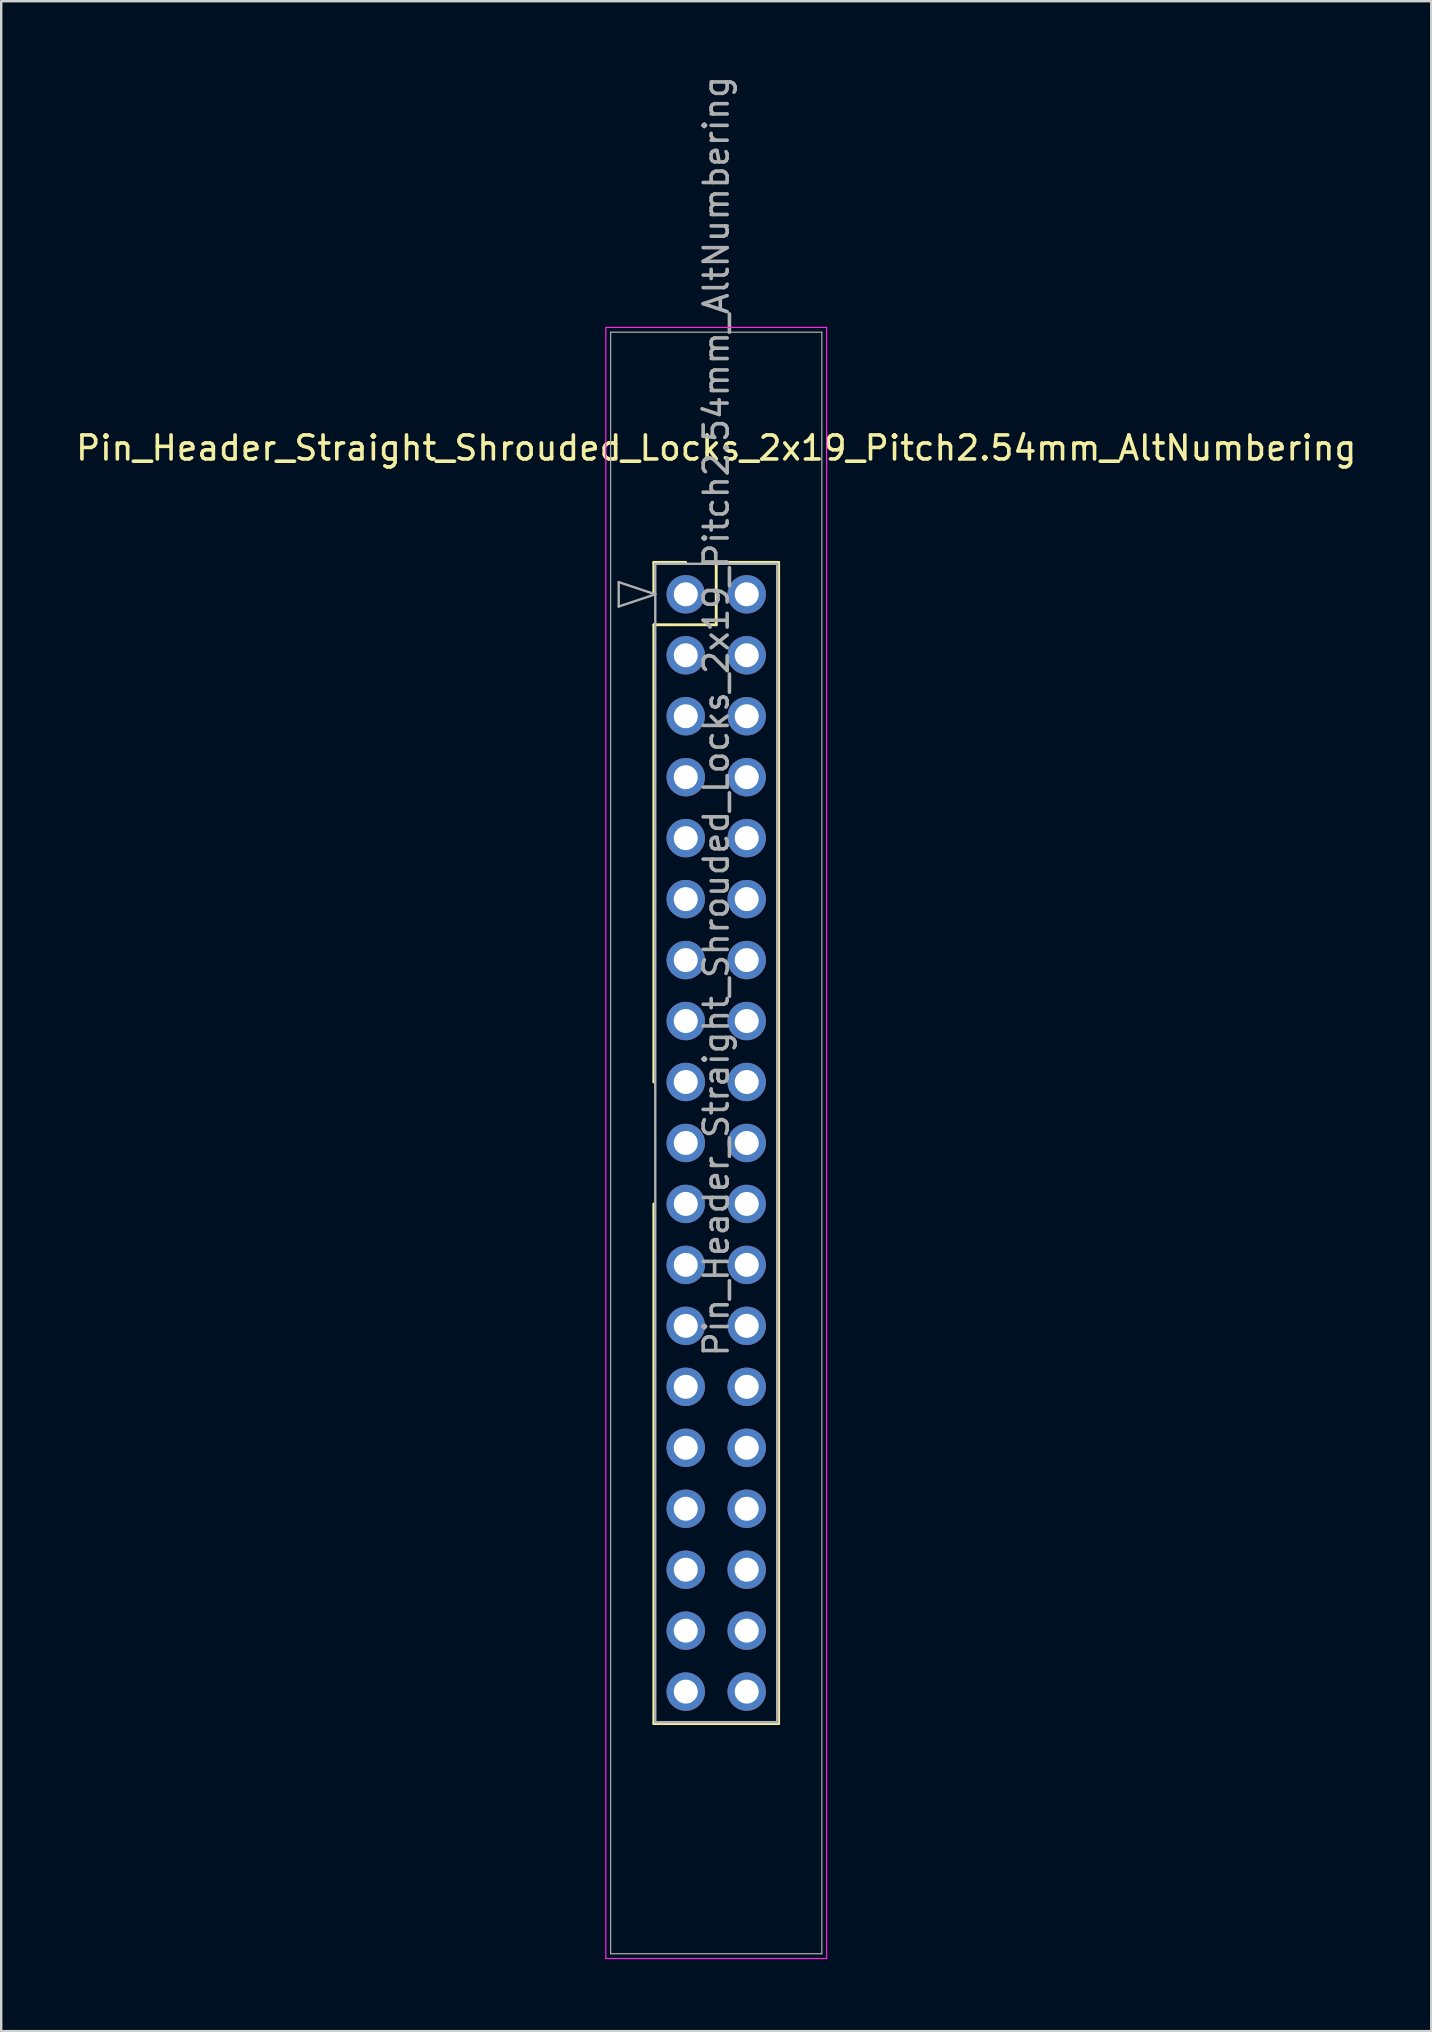
<source format=kicad_pcb>
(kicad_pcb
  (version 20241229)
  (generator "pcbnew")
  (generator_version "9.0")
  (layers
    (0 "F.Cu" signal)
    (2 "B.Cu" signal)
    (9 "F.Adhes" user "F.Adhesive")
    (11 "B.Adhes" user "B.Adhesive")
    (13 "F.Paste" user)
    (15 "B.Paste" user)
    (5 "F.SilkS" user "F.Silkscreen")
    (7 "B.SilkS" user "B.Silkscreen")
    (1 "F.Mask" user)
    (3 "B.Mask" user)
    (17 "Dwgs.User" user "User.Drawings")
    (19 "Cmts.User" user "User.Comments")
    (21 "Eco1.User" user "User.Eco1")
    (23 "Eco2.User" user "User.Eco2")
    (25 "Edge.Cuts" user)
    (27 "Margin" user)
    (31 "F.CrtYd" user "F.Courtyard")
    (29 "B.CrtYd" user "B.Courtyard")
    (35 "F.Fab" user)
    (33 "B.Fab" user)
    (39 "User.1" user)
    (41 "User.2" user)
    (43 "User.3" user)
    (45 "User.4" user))
  (footprint "Pin_Header_Straight_Shrouded_Locks_2x19_Pitch2.54mm_AltNumbering"
    (layer "F.Cu")
    (at 25.522 21.712)
    (property "Reference" "Pin_Header_Straight_Shrouded_Locks_2x19_Pitch2.54mm_AltNumbering" (at 1.27 -6.096 0) (layer "F.SilkS") (effects (font (size 1 1) (thickness 0.15))))
    (attr through_hole)
    (fp_line (start -1.33 -1.33) (end 0 -1.33) (stroke (width 0.12) (type solid)) (layer "F.SilkS"))
    (fp_line (start -1.33 0) (end -1.33 -1.33) (stroke (width 0.12) (type solid)) (layer "F.SilkS"))
    (fp_line (start -1.33 1.27) (end -1.33 20.32) (stroke (width 0.12) (type solid)) (layer "F.SilkS"))
    (fp_line (start -1.33 1.27) (end 1.27 1.27) (stroke (width 0.12) (type solid)) (layer "F.SilkS"))
    (fp_line (start -1.33 25.4) (end -1.33 47.05) (stroke (width 0.12) (type solid)) (layer "F.SilkS"))
    (fp_line (start -1.33 47.05) (end 3.87 47.05) (stroke (width 0.12) (type solid)) (layer "F.SilkS"))
    (fp_line (start 1.27 -1.33) (end 3.87 -1.33) (stroke (width 0.12) (type solid)) (layer "F.SilkS"))
    (fp_line (start 1.27 1.27) (end 1.27 -1.33) (stroke (width 0.12) (type solid)) (layer "F.SilkS"))
    (fp_line (start 3.87 -1.33) (end 3.87 47.05) (stroke (width 0.12) (type solid)) (layer "F.SilkS"))
    (fp_line (start -3.33 -11.12) (end -3.33 56.84) (stroke (width 0.05) (type solid)) (layer "F.CrtYd"))
    (fp_line (start -3.33 56.84) (end 5.87 56.84) (stroke (width 0.05) (type solid)) (layer "F.CrtYd"))
    (fp_line (start 5.87 -11.12) (end -3.33 -11.12) (stroke (width 0.05) (type solid)) (layer "F.CrtYd"))
    (fp_line (start 5.87 56.84) (end 5.87 -11.12) (stroke (width 0.05) (type solid)) (layer "F.CrtYd"))
    (fp_line (start -3.13 -10.92) (end -3.13 56.64) (stroke (width 0.05) (type solid)) (layer "F.Fab"))
    (fp_line (start -3.13 56.64) (end 5.67 56.64) (stroke (width 0.05) (type solid)) (layer "F.Fab"))
    (fp_line (start -2.794 -0.508) (end -1.27 0) (stroke (width 0.1) (type solid)) (layer "F.Fab"))
    (fp_line (start -2.794 0.508) (end -2.794 -0.508) (stroke (width 0.1) (type solid)) (layer "F.Fab"))
    (fp_line (start -1.27 -1.27) (end -1.27 46.99) (stroke (width 0.1) (type solid)) (layer "F.Fab"))
    (fp_line (start -1.27 0) (end -2.794 0.508) (stroke (width 0.1) (type solid)) (layer "F.Fab"))
    (fp_line (start -1.27 46.99) (end 3.81 46.99) (stroke (width 0.1) (type solid)) (layer "F.Fab"))
    (fp_line (start 3.81 -1.27) (end -1.27 -1.27) (stroke (width 0.1) (type solid)) (layer "F.Fab"))
    (fp_line (start 3.81 46.99) (end 3.81 -1.27) (stroke (width 0.1) (type solid)) (layer "F.Fab"))
    (fp_line (start 5.67 -10.92) (end -3.13 -10.92) (stroke (width 0.05) (type solid)) (layer "F.Fab"))
    (fp_line (start 5.67 56.64) (end 5.67 -10.92) (stroke (width 0.05) (type solid)) (layer "F.Fab"))
    (fp_text user "${REFERENCE}" (at 1.27 5.08 90) (layer "F.Fab") (effects (font (size 1 1) (thickness 0.15))))
    (pad "1" thru_hole oval (at 0 0) (size 1.6 1.6) (drill 1) (layers "*.Cu" "*.Mask"))
    (pad "2" thru_hole oval (at 0 2.54) (size 1.6 1.6) (drill 1) (layers "*.Cu" "*.Mask"))
    (pad "3" thru_hole oval (at 0 5.08) (size 1.6 1.6) (drill 1) (layers "*.Cu" "*.Mask"))
    (pad "4" thru_hole oval (at 0 7.62) (size 1.6 1.6) (drill 1) (layers "*.Cu" "*.Mask"))
    (pad "5" thru_hole oval (at 0 10.16) (size 1.6 1.6) (drill 1) (layers "*.Cu" "*.Mask"))
    (pad "6" thru_hole oval (at 0 12.7) (size 1.6 1.6) (drill 1) (layers "*.Cu" "*.Mask"))
    (pad "7" thru_hole oval (at 0 15.24) (size 1.6 1.6) (drill 1) (layers "*.Cu" "*.Mask"))
    (pad "8" thru_hole oval (at 0 17.78) (size 1.6 1.6) (drill 1) (layers "*.Cu" "*.Mask"))
    (pad "9" thru_hole oval (at 0 20.32) (size 1.6 1.6) (drill 1) (layers "*.Cu" "*.Mask"))
    (pad "10" thru_hole oval (at 0 22.86) (size 1.6 1.6) (drill 1) (layers "*.Cu" "*.Mask"))
    (pad "11" thru_hole oval (at 0 25.4) (size 1.6 1.6) (drill 1) (layers "*.Cu" "*.Mask"))
    (pad "12" thru_hole oval (at 0 27.94) (size 1.6 1.6) (drill 1) (layers "*.Cu" "*.Mask"))
    (pad "13" thru_hole oval (at 0 30.48) (size 1.6 1.6) (drill 1) (layers "*.Cu" "*.Mask"))
    (pad "14" thru_hole oval (at 0 33.02) (size 1.6 1.6) (drill 1) (layers "*.Cu" "*.Mask"))
    (pad "15" thru_hole oval (at 0 35.56) (size 1.6 1.6) (drill 1) (layers "*.Cu" "*.Mask"))
    (pad "16" thru_hole oval (at 0 38.1) (size 1.6 1.6) (drill 1) (layers "*.Cu" "*.Mask"))
    (pad "17" thru_hole oval (at 0 40.64) (size 1.6 1.6) (drill 1) (layers "*.Cu" "*.Mask"))
    (pad "18" thru_hole oval (at 0 43.18) (size 1.6 1.6) (drill 1) (layers "*.Cu" "*.Mask"))
    (pad "19" thru_hole oval (at 0 45.72) (size 1.6 1.6) (drill 1) (layers "*.Cu" "*.Mask"))
    (pad "20" thru_hole oval (at 2.54 0) (size 1.6 1.6) (drill 1) (layers "*.Cu" "*.Mask"))
    (pad "21" thru_hole oval (at 2.54 2.54) (size 1.6 1.6) (drill 1) (layers "*.Cu" "*.Mask"))
    (pad "22" thru_hole oval (at 2.54 5.08) (size 1.6 1.6) (drill 1) (layers "*.Cu" "*.Mask"))
    (pad "23" thru_hole oval (at 2.54 7.62) (size 1.6 1.6) (drill 1) (layers "*.Cu" "*.Mask"))
    (pad "24" thru_hole oval (at 2.54 10.16) (size 1.6 1.6) (drill 1) (layers "*.Cu" "*.Mask"))
    (pad "25" thru_hole oval (at 2.54 12.7) (size 1.6 1.6) (drill 1) (layers "*.Cu" "*.Mask"))
    (pad "26" thru_hole oval (at 2.54 15.24) (size 1.6 1.6) (drill 1) (layers "*.Cu" "*.Mask"))
    (pad "27" thru_hole oval (at 2.54 17.78) (size 1.6 1.6) (drill 1) (layers "*.Cu" "*.Mask"))
    (pad "28" thru_hole oval (at 2.54 20.32) (size 1.6 1.6) (drill 1) (layers "*.Cu" "*.Mask"))
    (pad "29" thru_hole oval (at 2.54 22.86) (size 1.6 1.6) (drill 1) (layers "*.Cu" "*.Mask"))
    (pad "30" thru_hole oval (at 2.54 25.4) (size 1.6 1.6) (drill 1) (layers "*.Cu" "*.Mask"))
    (pad "31" thru_hole oval (at 2.54 27.94) (size 1.6 1.6) (drill 1) (layers "*.Cu" "*.Mask"))
    (pad "32" thru_hole oval (at 2.54 30.48) (size 1.6 1.6) (drill 1) (layers "*.Cu" "*.Mask"))
    (pad "33" thru_hole oval (at 2.54 33.02) (size 1.6 1.6) (drill 1) (layers "*.Cu" "*.Mask"))
    (pad "34" thru_hole oval (at 2.54 35.56) (size 1.6 1.6) (drill 1) (layers "*.Cu" "*.Mask"))
    (pad "35" thru_hole oval (at 2.54 38.1) (size 1.6 1.6) (drill 1) (layers "*.Cu" "*.Mask"))
    (pad "36" thru_hole oval (at 2.54 40.64) (size 1.6 1.6) (drill 1) (layers "*.Cu" "*.Mask"))
    (pad "37" thru_hole oval (at 2.54 43.18) (size 1.6 1.6) (drill 1) (layers "*.Cu" "*.Mask"))
    (pad "38" thru_hole oval (at 2.54 45.72) (size 1.6 1.6) (drill 1) (layers "*.Cu" "*.Mask")))
  (gr_rect
    (start -3 -3)
    (end 56.583 81.577)
    (stroke (width 0.1) (type default))
    (fill no)
    (layer "Edge.Cuts")))
</source>
